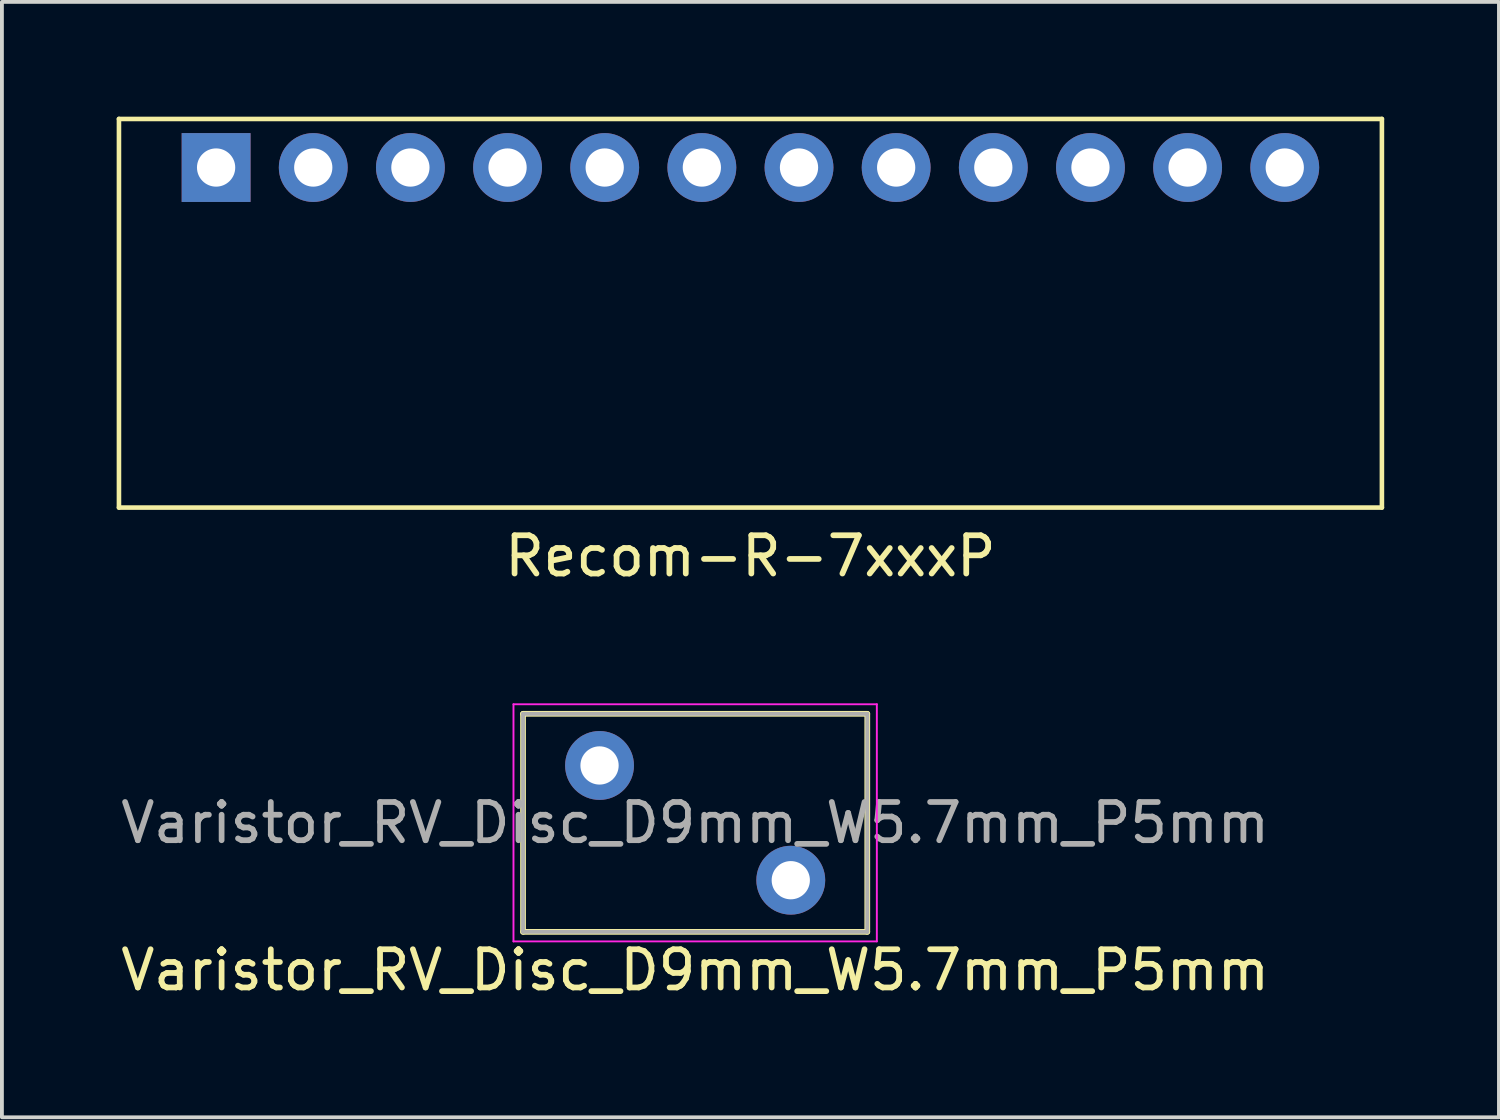
<source format=kicad_pcb>
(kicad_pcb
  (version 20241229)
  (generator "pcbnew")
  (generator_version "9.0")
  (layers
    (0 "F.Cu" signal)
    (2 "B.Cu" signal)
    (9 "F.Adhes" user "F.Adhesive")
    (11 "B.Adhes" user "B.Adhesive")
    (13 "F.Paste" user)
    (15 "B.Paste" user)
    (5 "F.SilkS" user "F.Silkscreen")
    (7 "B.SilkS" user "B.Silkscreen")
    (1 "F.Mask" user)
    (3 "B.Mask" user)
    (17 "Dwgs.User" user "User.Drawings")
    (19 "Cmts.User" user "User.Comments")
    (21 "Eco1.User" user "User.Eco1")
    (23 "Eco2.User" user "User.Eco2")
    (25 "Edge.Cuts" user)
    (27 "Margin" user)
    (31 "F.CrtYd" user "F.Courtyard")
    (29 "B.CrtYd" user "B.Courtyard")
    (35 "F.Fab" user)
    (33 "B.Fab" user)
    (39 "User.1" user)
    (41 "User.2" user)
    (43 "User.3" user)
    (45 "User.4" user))
  (footprint "Varistor_RV_Disc_D9mm_W5.7mm_P5mm"
    (layer "F.Cu")
    (at 12.625 16.963)
    (property "Reference" "Varistor_RV_Disc_D9mm_W5.7mm_P5mm" (at 2.5 5.35 0) (layer "F.SilkS") (effects (font (size 1 1) (thickness 0.15))))
    (attr through_hole)
    (fp_line (start -2 -1.35) (end -2 4.35) (stroke (width 0.15) (type solid)) (layer "F.SilkS"))
    (fp_line (start -2 -1.35) (end 7 -1.35) (stroke (width 0.15) (type solid)) (layer "F.SilkS"))
    (fp_line (start -2 4.35) (end 7 4.35) (stroke (width 0.15) (type solid)) (layer "F.SilkS"))
    (fp_line (start 7 -1.35) (end 7 4.35) (stroke (width 0.15) (type solid)) (layer "F.SilkS"))
    (fp_line (start -2.25 -1.6) (end -2.25 4.6) (stroke (width 0.05) (type solid)) (layer "F.CrtYd"))
    (fp_line (start -2.25 -1.6) (end 7.25 -1.6) (stroke (width 0.05) (type solid)) (layer "F.CrtYd"))
    (fp_line (start -2.25 4.6) (end 7.25 4.6) (stroke (width 0.05) (type solid)) (layer "F.CrtYd"))
    (fp_line (start 7.25 -1.6) (end 7.25 4.6) (stroke (width 0.05) (type solid)) (layer "F.CrtYd"))
    (fp_line (start -2 -1.35) (end -2 4.35) (stroke (width 0.1) (type solid)) (layer "F.Fab"))
    (fp_line (start -2 -1.35) (end 7 -1.35) (stroke (width 0.1) (type solid)) (layer "F.Fab"))
    (fp_line (start -2 4.35) (end 7 4.35) (stroke (width 0.1) (type solid)) (layer "F.Fab"))
    (fp_line (start 7 -1.35) (end 7 4.35) (stroke (width 0.1) (type solid)) (layer "F.Fab"))
    (fp_text user "${REFERENCE}" (at 2.5 1.5 0) (layer "F.Fab") (effects (font (size 1 1) (thickness 0.15))))
    (pad "1" thru_hole circle (at 0 0) (size 1.8 1.8) (drill 1) (layers "*.Cu" "*.Mask"))
    (pad "2" thru_hole circle (at 5 3) (size 1.8 1.8) (drill 1) (layers "*.Cu" "*.Mask")))
  (footprint "Recom-R-7xxxP"
    (layer "F.Cu")
    (at 16.57 1.33)
    (property "Reference" "Recom-R-7xxxP" (at 0 10.16 0) (layer "F.SilkS") (effects (font (size 1 1) (thickness 0.15))))
    (attr through_hole)
    (fp_line (start -16.51 -1.27) (end 16.51 -1.27) (stroke (width 0.12) (type solid)) (layer "F.SilkS"))
    (fp_line (start -16.51 8.89) (end -16.51 -1.27) (stroke (width 0.12) (type solid)) (layer "F.SilkS"))
    (fp_line (start 16.51 -1.27) (end 16.51 8.89) (stroke (width 0.12) (type solid)) (layer "F.SilkS"))
    (fp_line (start 16.51 8.89) (end -16.51 8.89) (stroke (width 0.12) (type solid)) (layer "F.SilkS"))
    (pad "1" thru_hole rect (at -13.97 0) (size 1.8 1.8) (drill 1) (layers "*.Cu" "*.Mask"))
    (pad "2" thru_hole circle (at -11.43 0) (size 1.8 1.8) (drill 1) (layers "*.Cu" "*.Mask"))
    (pad "3" thru_hole circle (at -8.89 0) (size 1.8 1.8) (drill 1) (layers "*.Cu" "*.Mask"))
    (pad "4" thru_hole circle (at -6.35 0) (size 1.8 1.8) (drill 1) (layers "*.Cu" "*.Mask"))
    (pad "5" thru_hole circle (at -3.81 0) (size 1.8 1.8) (drill 1) (layers "*.Cu" "*.Mask"))
    (pad "6" thru_hole circle (at -1.27 0) (size 1.8 1.8) (drill 1) (layers "*.Cu" "*.Mask"))
    (pad "7" thru_hole circle (at 1.27 0) (size 1.8 1.8) (drill 1) (layers "*.Cu" "*.Mask"))
    (pad "8" thru_hole circle (at 3.81 0) (size 1.8 1.8) (drill 1) (layers "*.Cu" "*.Mask"))
    (pad "9" thru_hole circle (at 6.35 0) (size 1.8 1.8) (drill 1) (layers "*.Cu" "*.Mask"))
    (pad "10" thru_hole circle (at 8.89 0) (size 1.8 1.8) (drill 1) (layers "*.Cu" "*.Mask"))
    (pad "11" thru_hole circle (at 11.43 0) (size 1.8 1.8) (drill 1) (layers "*.Cu" "*.Mask"))
    (pad "12" thru_hole circle (at 13.97 0) (size 1.8 1.8) (drill 1) (layers "*.Cu" "*.Mask")))
  (gr_rect
    (start -3 -3)
    (end 36.14 26.162)
    (stroke (width 0.1) (type default))
    (fill no)
    (layer "Edge.Cuts")))
</source>
